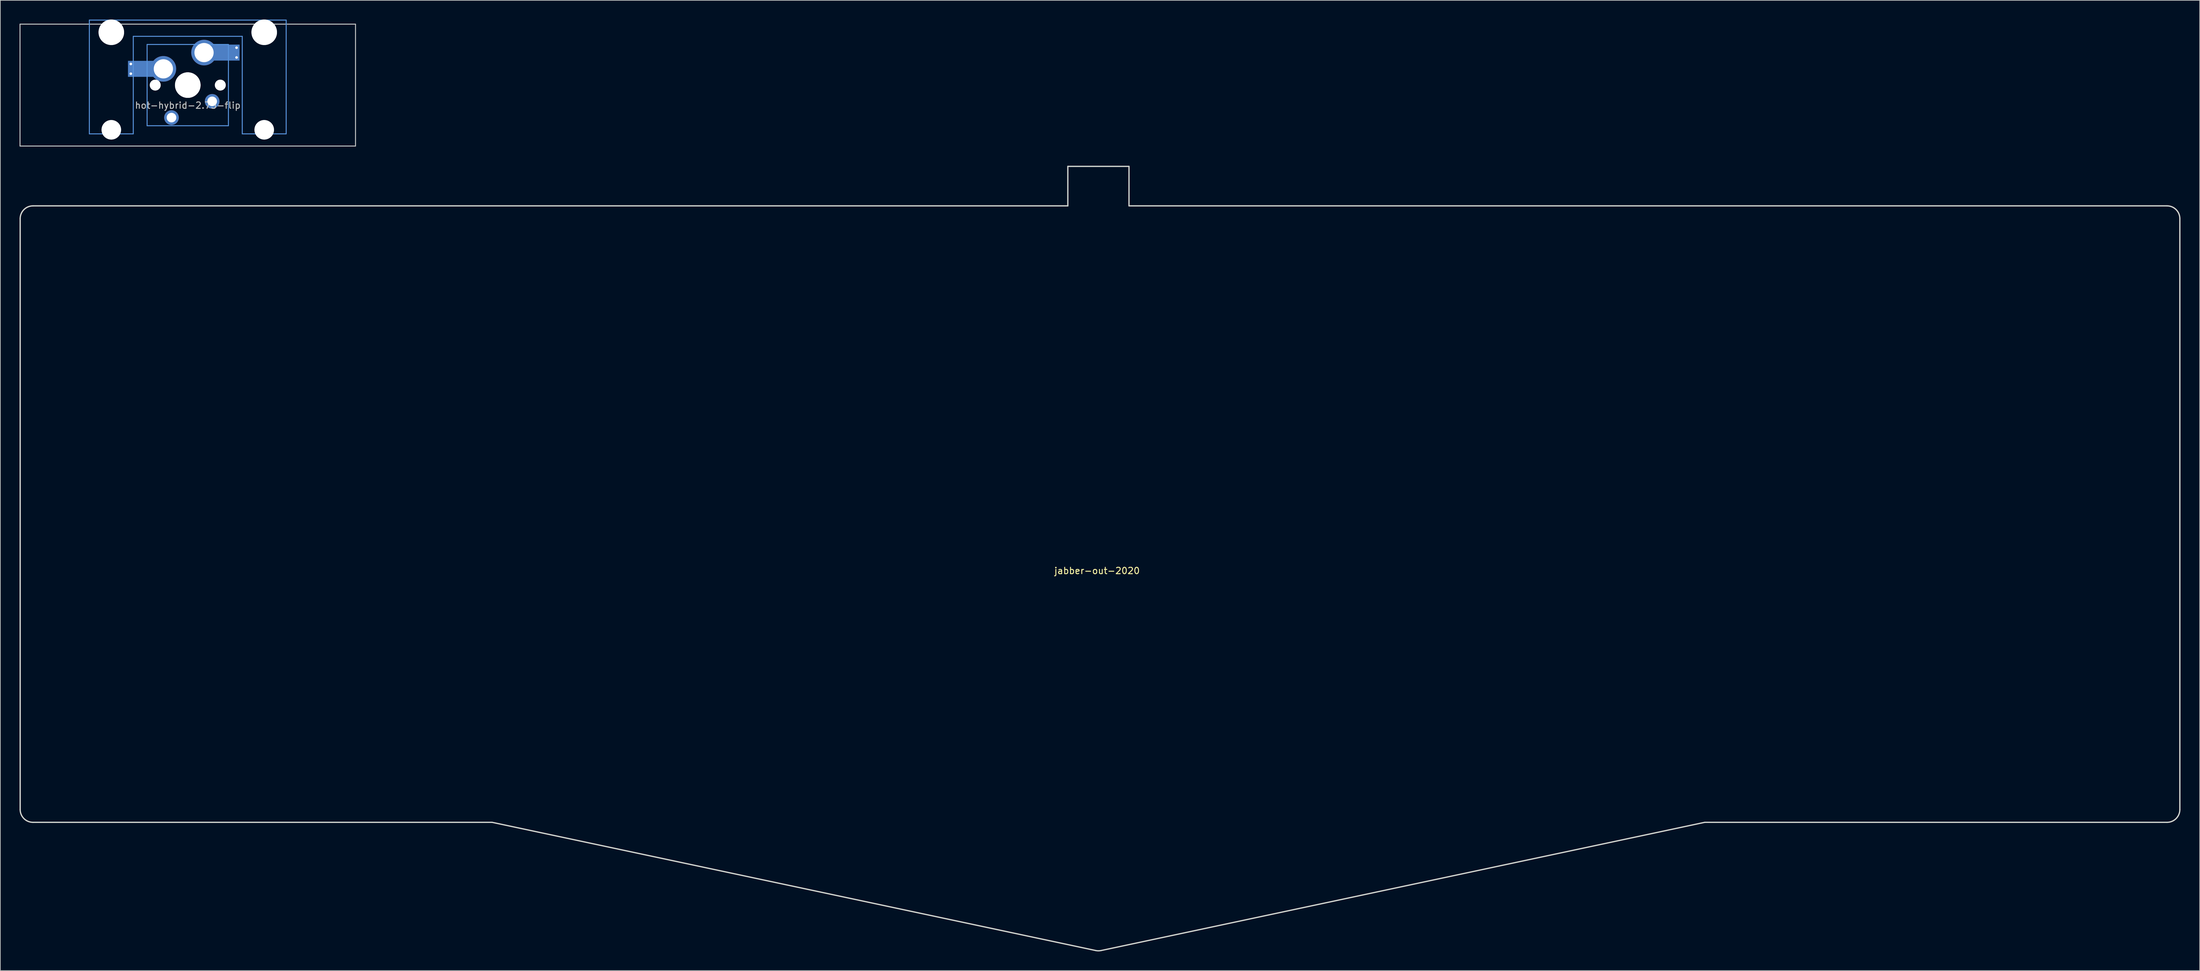
<source format=kicad_pcb>
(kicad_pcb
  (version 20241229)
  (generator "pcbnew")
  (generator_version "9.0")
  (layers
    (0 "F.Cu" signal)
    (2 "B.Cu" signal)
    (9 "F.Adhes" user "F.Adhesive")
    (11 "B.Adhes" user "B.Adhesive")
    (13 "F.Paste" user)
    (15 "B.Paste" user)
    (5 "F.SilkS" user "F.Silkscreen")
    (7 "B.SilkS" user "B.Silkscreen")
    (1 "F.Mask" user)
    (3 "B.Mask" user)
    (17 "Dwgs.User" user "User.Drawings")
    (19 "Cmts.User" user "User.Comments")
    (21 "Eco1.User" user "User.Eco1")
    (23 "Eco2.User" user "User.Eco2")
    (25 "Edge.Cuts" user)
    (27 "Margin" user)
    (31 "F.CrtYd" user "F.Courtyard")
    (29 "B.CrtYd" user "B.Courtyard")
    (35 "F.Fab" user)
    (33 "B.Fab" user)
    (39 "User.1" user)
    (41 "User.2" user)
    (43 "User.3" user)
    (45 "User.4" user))
  (footprint "hot-hybrid-2.75-flip"
    (layer "F.Cu")
    (at 26.27 10.249)
    (property "Reference" "hot-hybrid-2.75-flip" (at 0 3.175 0) (layer "Dwgs.User") (effects (font (size 1 1) (thickness 0.15))))
    (attr through_hole)
    (fp_line (start -26.194 -9.525) (end 26.194 -9.525) (stroke (width 0.152) (type solid)) (layer "Dwgs.User"))
    (fp_line (start -26.194 9.525) (end -26.194 -9.525) (stroke (width 0.152) (type solid)) (layer "Dwgs.User"))
    (fp_line (start 26.194 -9.525) (end 26.194 9.525) (stroke (width 0.152) (type solid)) (layer "Dwgs.User"))
    (fp_line (start 26.194 9.525) (end -26.194 9.525) (stroke (width 0.152) (type solid)) (layer "Dwgs.User"))
    (fp_line (start -15.367 -10.16) (end -15.367 7.62) (stroke (width 0.152) (type solid)) (layer "Cmts.User"))
    (fp_line (start -15.367 7.62) (end -8.509 7.62) (stroke (width 0.152) (type solid)) (layer "Cmts.User"))
    (fp_line (start -8.509 -7.62) (end 8.509 -7.62) (stroke (width 0.152) (type solid)) (layer "Cmts.User"))
    (fp_line (start -8.509 7.62) (end -8.509 -7.62) (stroke (width 0.152) (type solid)) (layer "Cmts.User"))
    (fp_line (start -6.35 -6.35) (end 6.35 -6.35) (stroke (width 0.152) (type solid)) (layer "Cmts.User"))
    (fp_line (start -6.35 6.35) (end -6.35 -6.35) (stroke (width 0.152) (type solid)) (layer "Cmts.User"))
    (fp_line (start 6.35 -6.35) (end 6.35 6.35) (stroke (width 0.152) (type solid)) (layer "Cmts.User"))
    (fp_line (start 6.35 6.35) (end -6.35 6.35) (stroke (width 0.152) (type solid)) (layer "Cmts.User"))
    (fp_line (start 8.509 -7.62) (end 8.509 7.62) (stroke (width 0.152) (type solid)) (layer "Cmts.User"))
    (fp_line (start 8.509 7.62) (end 15.367 7.62) (stroke (width 0.152) (type solid)) (layer "Cmts.User"))
    (fp_line (start 15.367 -10.16) (end -15.367 -10.16) (stroke (width 0.152) (type solid)) (layer "Cmts.User"))
    (fp_line (start 15.367 7.62) (end 15.367 -10.16) (stroke (width 0.152) (type solid)) (layer "Cmts.User"))
    (fp_curve (pts (xy -15.456 -8.005) (xy -15.456 -8.555) (xy -15.006 -9.005) (xy -14.456 -9.005)) (stroke (width 0.3) (type solid)) (layer "Eco2.User"))
    (fp_curve (pts (xy -15.456 7.995) (xy -15.456 7.995) (xy -15.456 -8.005) (xy -15.456 -8.005)) (stroke (width 0.3) (type solid)) (layer "Eco2.User"))
    (fp_curve (pts (xy -14.456 -9.005) (xy -14.456 -9.005) (xy -9.406 -9.005) (xy -9.406 -9.005)) (stroke (width 0.3) (type solid)) (layer "Eco2.User"))
    (fp_curve (pts (xy -14.456 8.995) (xy -15.006 8.995) (xy -15.456 8.545) (xy -15.456 7.995)) (stroke (width 0.3) (type solid)) (layer "Eco2.User"))
    (fp_curve (pts (xy -9.406 -9.005) (xy -8.856 -9.005) (xy -8.406 -8.555) (xy -8.406 -8.005)) (stroke (width 0.3) (type solid)) (layer "Eco2.User"))
    (fp_curve (pts (xy -9.406 8.995) (xy -9.406 8.995) (xy -14.456 8.995) (xy -14.456 8.995)) (stroke (width 0.3) (type solid)) (layer "Eco2.User"))
    (fp_curve (pts (xy -8.406 -8.005) (xy -8.406 -8.005) (xy -8.406 7.995) (xy -8.406 7.995)) (stroke (width 0.3) (type solid)) (layer "Eco2.User"))
    (fp_curve (pts (xy -8.406 7.995) (xy -8.406 8.545) (xy -8.856 8.995) (xy -9.406 8.995)) (stroke (width 0.3) (type solid)) (layer "Eco2.User"))
    (fp_curve (pts (xy -7 -5.999) (xy -7 -6.549) (xy -6.55 -6.999) (xy -6 -6.999)) (stroke (width 0.3) (type solid)) (layer "Eco2.User"))
    (fp_curve (pts (xy -7 6.001) (xy -7 6.001) (xy -7 -5.999) (xy -7 -5.999)) (stroke (width 0.3) (type solid)) (layer "Eco2.User"))
    (fp_curve (pts (xy -6 -6.999) (xy -6 -6.999) (xy 6 -6.999) (xy 6 -6.999)) (stroke (width 0.3) (type solid)) (layer "Eco2.User"))
    (fp_curve (pts (xy -6 7.001) (xy -6.55 7.001) (xy -7 6.551) (xy -7 6.001)) (stroke (width 0.3) (type solid)) (layer "Eco2.User"))
    (fp_curve (pts (xy 6 -6.999) (xy 6.55 -6.999) (xy 7 -6.549) (xy 7 -5.999)) (stroke (width 0.3) (type solid)) (layer "Eco2.User"))
    (fp_curve (pts (xy 6 7.001) (xy 6 7.001) (xy -6 7.001) (xy -6 7.001)) (stroke (width 0.3) (type solid)) (layer "Eco2.User"))
    (fp_curve (pts (xy 7 -5.999) (xy 7 -5.999) (xy 7 6.001) (xy 7 6.001)) (stroke (width 0.3) (type solid)) (layer "Eco2.User"))
    (fp_curve (pts (xy 7 6.001) (xy 7 6.551) (xy 6.55 7.001) (xy 6 7.001)) (stroke (width 0.3) (type solid)) (layer "Eco2.User"))
    (fp_curve (pts (xy 8.41 -8.005) (xy 8.41 -8.005) (xy 8.41 7.995) (xy 8.41 7.995)) (stroke (width 0.3) (type solid)) (layer "Eco2.User"))
    (fp_curve (pts (xy 8.41 7.995) (xy 8.41 8.545) (xy 8.86 8.995) (xy 9.41 8.995)) (stroke (width 0.3) (type solid)) (layer "Eco2.User"))
    (fp_curve (pts (xy 9.41 -9.005) (xy 8.86 -9.005) (xy 8.41 -8.555) (xy 8.41 -8.005)) (stroke (width 0.3) (type solid)) (layer "Eco2.User"))
    (fp_curve (pts (xy 9.41 8.995) (xy 9.41 8.995) (xy 14.46 8.995) (xy 14.46 8.995)) (stroke (width 0.3) (type solid)) (layer "Eco2.User"))
    (fp_curve (pts (xy 14.46 -9.005) (xy 14.46 -9.005) (xy 9.41 -9.005) (xy 9.41 -9.005)) (stroke (width 0.3) (type solid)) (layer "Eco2.User"))
    (fp_curve (pts (xy 14.46 8.995) (xy 15.01 8.995) (xy 15.46 8.545) (xy 15.46 7.995)) (stroke (width 0.3) (type solid)) (layer "Eco2.User"))
    (fp_curve (pts (xy 15.46 -8.005) (xy 15.46 -8.555) (xy 15.01 -9.005) (xy 14.46 -9.005)) (stroke (width 0.3) (type solid)) (layer "Eco2.User"))
    (fp_curve (pts (xy 15.46 7.995) (xy 15.46 7.995) (xy 15.46 -8.005) (xy 15.46 -8.005)) (stroke (width 0.3) (type solid)) (layer "Eco2.User"))
    (pad "" np_thru_hole circle (at -11.938 -8.255 180) (size 3.988 3.988) (drill 3.988) (layers "*.Cu" "Dwgs.User"))
    (pad "" np_thru_hole circle (at -11.938 6.985 180) (size 3.048 3.048) (drill 3.048) (layers "*.Cu" "Dwgs.User"))
    (pad "" smd rect (at -7.085 -2.54) (size 2.55 2.5) (layers "B.Mask" "B.Paste"))
    (pad "" np_thru_hole circle (at -5.08 0 180) (size 1.7 1.7) (drill 1.7) (layers "*.Cu" "Dwgs.User"))
    (pad "" np_thru_hole circle (at -3.81 -2.54) (size 4 4) (drill 3) (layers "*.Cu" "*.Mask"))
    (pad "" np_thru_hole circle (at 0 0) (size 3.988 3.988) (drill 3.988) (layers "*.Cu" "*.Mask"))
    (pad "" np_thru_hole circle (at 0 0 180) (size 3.988 3.988) (drill 3.988) (layers "*.Cu" "Dwgs.User"))
    (pad "" np_thru_hole circle (at 2.54 -5.08) (size 4 4) (drill 3) (layers "*.Cu" "*.Mask"))
    (pad "" np_thru_hole circle (at 5.08 0 180) (size 1.7 1.7) (drill 1.7) (layers "*.Cu" "Dwgs.User"))
    (pad "" smd rect (at 5.815 -5.08) (size 2.55 2.5) (layers "B.Mask" "B.Paste"))
    (pad "" np_thru_hole circle (at 11.938 -8.255 180) (size 3.988 3.988) (drill 3.988) (layers "*.Cu" "Dwgs.User"))
    (pad "" np_thru_hole circle (at 11.938 6.985 180) (size 3.048 3.048) (drill 3.048) (layers "*.Cu" "Dwgs.User"))
    (pad "1" thru_hole circle (at -8.89 -3.302) (size 0.8 0.8) (drill 0.4) (layers "*.Cu"))
    (pad "1" thru_hole circle (at -8.89 -1.778) (size 0.8 0.8) (drill 0.4) (layers "*.Cu"))
    (pad "1" smd rect (at -7.085 -2.54) (size 4.5 2.5) (layers "B.Cu"))
    (pad "1" thru_hole circle (at 3.81 2.54 180) (size 2.286 2.286) (drill 1.499) (layers "*.Cu" "*.Mask"))
    (pad "2" thru_hole circle (at -2.54 5.08 180) (size 2.286 2.286) (drill 1.499) (layers "*.Cu" "*.Mask"))
    (pad "2" smd rect (at 5.842 -5.08) (size 4.5 2.5) (layers "B.Cu"))
    (pad "2" thru_hole circle (at 7.62 -5.842) (size 0.8 0.8) (drill 0.4) (layers "*.Cu"))
    (pad "2" thru_hole circle (at 7.62 -4.318) (size 0.8 0.8) (drill 0.4) (layers "*.Cu")))
  (footprint "jabber-out-2020"
    (layer "F.Cu")
    (at 168.254 85.648)
    (property "Reference" "jabber-out-2020" (at 0 0.5 0) (layer "F.SilkS") (effects (font (size 1 1) (thickness 0.15))))
    (attr through_hole)
    (fp_curve (pts (xy -168.154 -54.526) (xy -168.154 -55.63) (xy -167.259 -56.526) (xy -166.154 -56.526)) (stroke (width 0.2) (type solid)) (layer "Edge.Cuts"))
    (fp_curve (pts (xy -168.154 37.814) (xy -168.154 37.814) (xy -168.154 -54.526) (xy -168.154 -54.526)) (stroke (width 0.2) (type solid)) (layer "Edge.Cuts"))
    (fp_curve (pts (xy -166.154 -56.526) (xy -166.154 -56.526) (xy -4.559 -56.526) (xy -4.559 -56.526)) (stroke (width 0.2) (type solid)) (layer "Edge.Cuts"))
    (fp_curve (pts (xy -166.154 39.814) (xy -167.259 39.814) (xy -168.154 38.919) (xy -168.154 37.814)) (stroke (width 0.2) (type solid)) (layer "Edge.Cuts"))
    (fp_curve (pts (xy -94.462 39.814) (xy -94.462 39.814) (xy -166.154 39.814) (xy -166.154 39.814)) (stroke (width 0.2) (type solid)) (layer "Edge.Cuts"))
    (fp_curve (pts (xy -4.559 -62.698) (xy -4.559 -62.698) (xy 4.991 -62.697) (xy 4.991 -62.697)) (stroke (width 0.2) (type solid)) (layer "Edge.Cuts"))
    (fp_curve (pts (xy -4.559 -56.526) (xy -4.559 -56.526) (xy -4.559 -62.698) (xy -4.559 -62.698)) (stroke (width 0.2) (type solid)) (layer "Edge.Cuts"))
    (fp_curve (pts (xy -0.2 59.85) (xy -0.2 59.85) (xy -94.462 39.814) (xy -94.462 39.814)) (stroke (width 0.2) (type solid)) (layer "Edge.Cuts"))
    (fp_curve (pts (xy 0.632 59.85) (xy 0.358 59.909) (xy 0.074 59.909) (xy -0.2 59.85)) (stroke (width 0.2) (type solid)) (layer "Edge.Cuts"))
    (fp_curve (pts (xy 4.991 -62.697) (xy 4.991 -62.697) (xy 4.991 -56.526) (xy 4.991 -56.526)) (stroke (width 0.2) (type solid)) (layer "Edge.Cuts"))
    (fp_curve (pts (xy 4.991 -56.526) (xy 4.991 -56.526) (xy 167.085 -56.526) (xy 167.085 -56.526)) (stroke (width 0.2) (type solid)) (layer "Edge.Cuts"))
    (fp_curve (pts (xy 94.894 39.814) (xy 94.894 39.814) (xy 0.632 59.85) (xy 0.632 59.85)) (stroke (width 0.2) (type solid)) (layer "Edge.Cuts"))
    (fp_curve (pts (xy 167.085 -56.526) (xy 168.189 -56.526) (xy 169.085 -55.63) (xy 169.085 -54.526)) (stroke (width 0.2) (type solid)) (layer "Edge.Cuts"))
    (fp_curve (pts (xy 167.085 39.814) (xy 167.085 39.814) (xy 94.894 39.814) (xy 94.894 39.814)) (stroke (width 0.2) (type solid)) (layer "Edge.Cuts"))
    (fp_curve (pts (xy 169.085 -54.526) (xy 169.085 -54.526) (xy 169.085 37.814) (xy 169.085 37.814)) (stroke (width 0.2) (type solid)) (layer "Edge.Cuts"))
    (fp_curve (pts (xy 169.085 37.814) (xy 169.085 38.919) (xy 168.189 39.814) (xy 167.085 39.814)) (stroke (width 0.2) (type solid)) (layer "Edge.Cuts")))
  (gr_rect
    (start -3 -3)
    (end 340.439 148.637)
    (stroke (width 0.1) (type default))
    (fill no)
    (layer "Edge.Cuts")))
</source>
